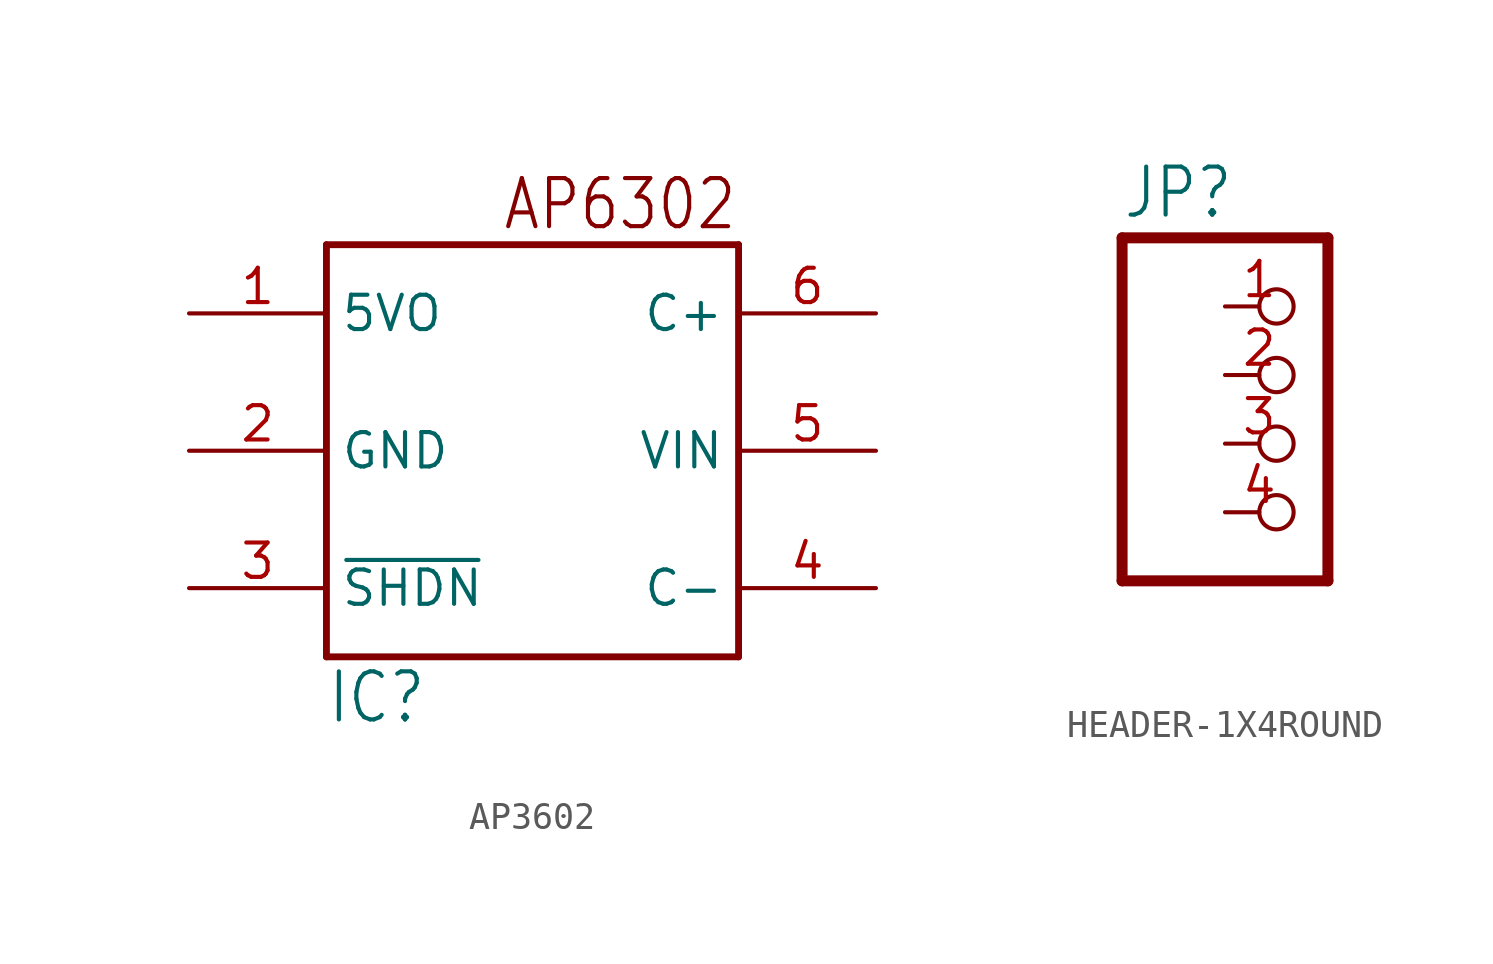
<source format=kicad_sym>
(kicad_symbol_lib
  (version 20220914)
  (generator kicad_symbol_editor)
  (symbol "AP3602"
    (property "Reference" "IC"
      (at -7.62 -10.16 0)
      (effects (font (size 1.778 1.511)) (justify left bottom)))
    (property "ki_locked" ""
      (at 0 0 0)
      (effects (font (size 1.27 1.27))))
    (symbol "AP3602_1_0"
      (polyline (pts (xy -7.62 -7.62) (xy -7.62 7.62)) (stroke (width 0.254) (type solid)) (fill (type none)))
      (polyline (pts (xy -7.62 7.62) (xy 7.62 7.62)) (stroke (width 0.254) (type solid)) (fill (type none)))
      (polyline (pts (xy 7.62 -7.62) (xy -7.62 -7.62)) (stroke (width 0.254) (type solid)) (fill (type none)))
      (polyline (pts (xy 7.62 7.62) (xy 7.62 -7.62)) (stroke (width 0.254) (type solid)) (fill (type none)))
      (text "AP6302" (at 7.62 10.16 0) (effects (font (size 1.778 1.511)) (justify right top)))
      (pin power_in line (at -12.7 5.08 0) (length 5.08) (name "5VO" (effects (font (size 1.27 1.27)))) (number "1" (effects (font (size 1.27 1.27)))))
      (pin power_in line (at -12.7 0 0) (length 5.08) (name "GND" (effects (font (size 1.27 1.27)))) (number "2" (effects (font (size 1.27 1.27)))))
      (pin input line (at -12.7 -5.08 0) (length 5.08) (name "~{SHDN}" (effects (font (size 1.27 1.27)))) (number "3" (effects (font (size 1.27 1.27)))))
      (pin bidirectional line (at 12.7 -5.08 180) (length 5.08) (name "C-" (effects (font (size 1.27 1.27)))) (number "4" (effects (font (size 1.27 1.27)))))
      (pin power_in line (at 12.7 0 180) (length 5.08) (name "VIN" (effects (font (size 1.27 1.27)))) (number "5" (effects (font (size 1.27 1.27)))))
      (pin bidirectional line (at 12.7 5.08 180) (length 5.08) (name "C+" (effects (font (size 1.27 1.27)))) (number "6" (effects (font (size 1.27 1.27)))))))
  (symbol "HEADER-1X4ROUND"
    (property "Reference" "JP"
      (at -6.35 8.255 0)
      (effects (font (size 1.778 1.511)) (justify left bottom)))
    (property "Value" ""
      (at -6.35 -7.62 0)
      (effects (font (size 1.778 1.511)) (justify left bottom)))
    (property "ki_locked" ""
      (at 0 0 0)
      (effects (font (size 1.27 1.27))))
    (symbol "HEADER-1X4ROUND_1_0"
      (polyline (pts (xy -6.35 -5.08) (xy 1.27 -5.08)) (stroke (width 0.406) (type solid)) (fill (type none)))
      (polyline (pts (xy -6.35 7.62) (xy -6.35 -5.08)) (stroke (width 0.406) (type solid)) (fill (type none)))
      (polyline (pts (xy 1.27 -5.08) (xy 1.27 7.62)) (stroke (width 0.406) (type solid)) (fill (type none)))
      (polyline (pts (xy 1.27 7.62) (xy -6.35 7.62)) (stroke (width 0.406) (type solid)) (fill (type none)))
      (pin passive inverted (at -2.54 5.08 0) (length 2.54) (name "1" (effects (font (size 0 0)))) (number "1" (effects (font (size 1.27 1.27)))))
      (pin passive inverted (at -2.54 2.54 0) (length 2.54) (name "2" (effects (font (size 0 0)))) (number "2" (effects (font (size 1.27 1.27)))))
      (pin passive inverted (at -2.54 0 0) (length 2.54) (name "3" (effects (font (size 0 0)))) (number "3" (effects (font (size 1.27 1.27)))))
      (pin passive inverted (at -2.54 -2.54 0) (length 2.54) (name "4" (effects (font (size 0 0)))) (number "4" (effects (font (size 1.27 1.27))))))))
</source>
